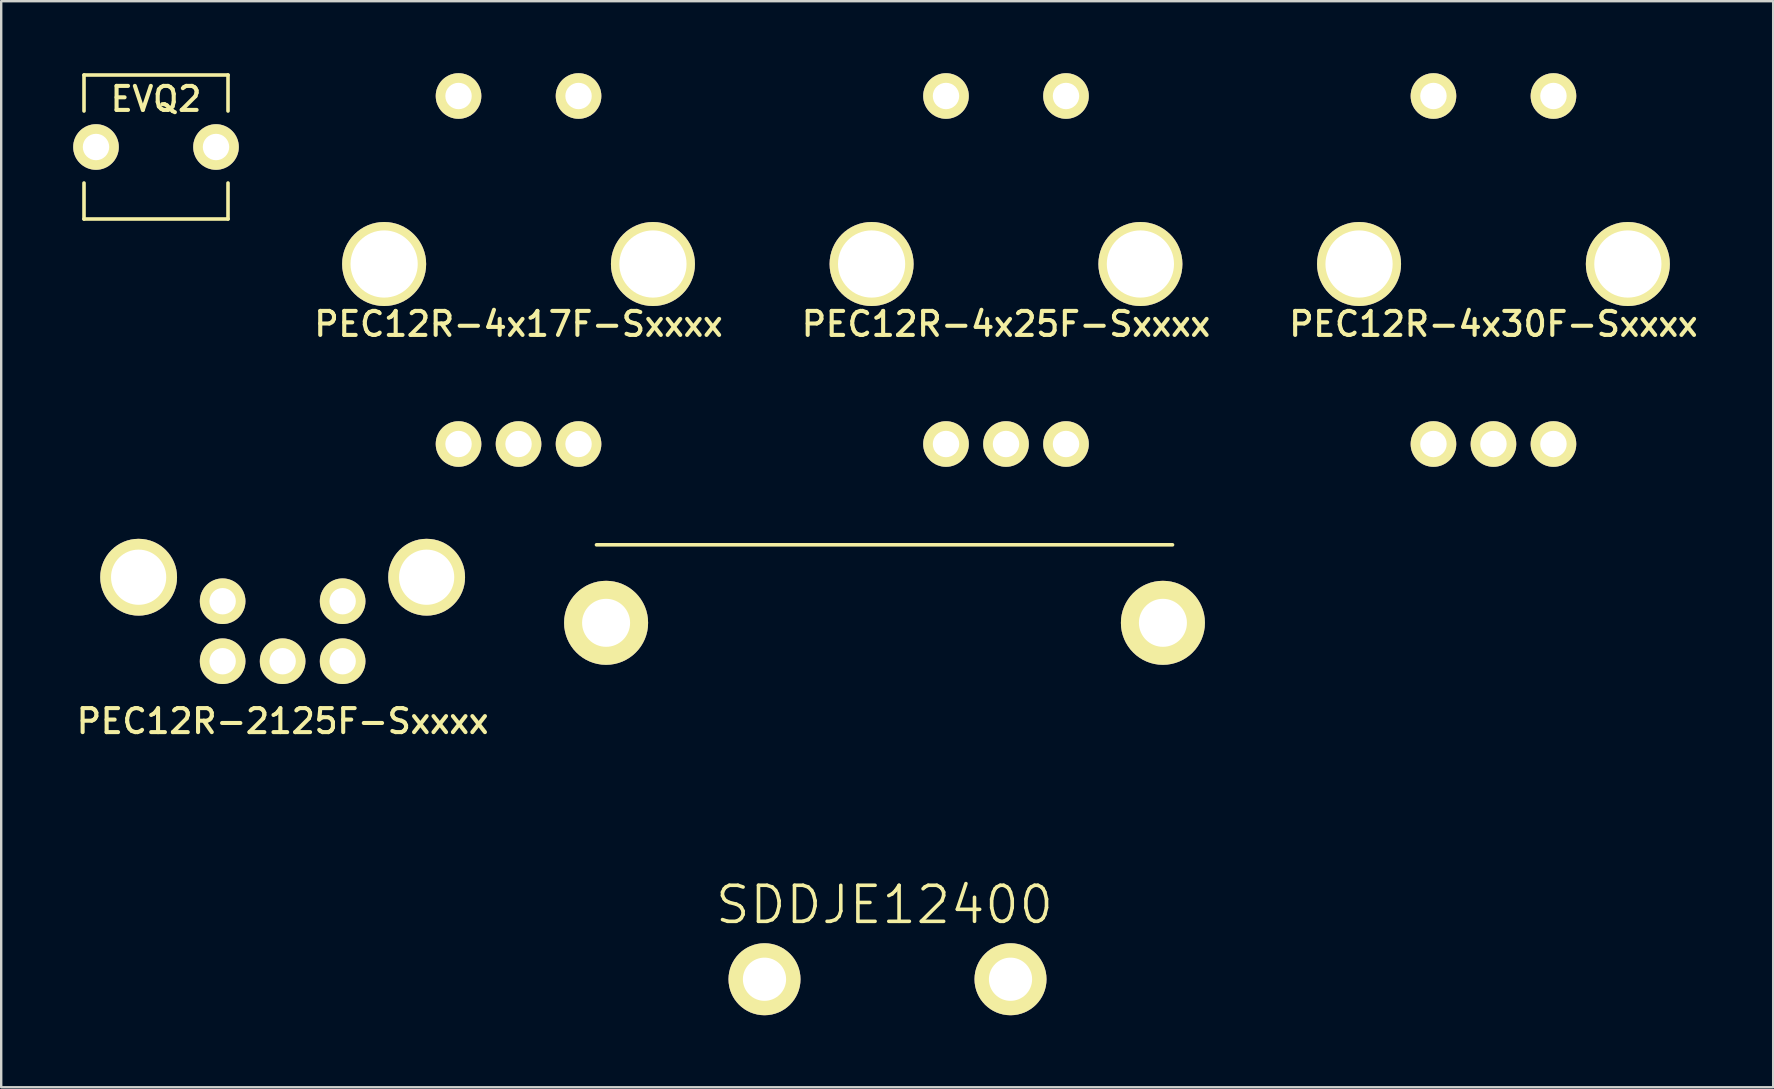
<source format=kicad_pcb>
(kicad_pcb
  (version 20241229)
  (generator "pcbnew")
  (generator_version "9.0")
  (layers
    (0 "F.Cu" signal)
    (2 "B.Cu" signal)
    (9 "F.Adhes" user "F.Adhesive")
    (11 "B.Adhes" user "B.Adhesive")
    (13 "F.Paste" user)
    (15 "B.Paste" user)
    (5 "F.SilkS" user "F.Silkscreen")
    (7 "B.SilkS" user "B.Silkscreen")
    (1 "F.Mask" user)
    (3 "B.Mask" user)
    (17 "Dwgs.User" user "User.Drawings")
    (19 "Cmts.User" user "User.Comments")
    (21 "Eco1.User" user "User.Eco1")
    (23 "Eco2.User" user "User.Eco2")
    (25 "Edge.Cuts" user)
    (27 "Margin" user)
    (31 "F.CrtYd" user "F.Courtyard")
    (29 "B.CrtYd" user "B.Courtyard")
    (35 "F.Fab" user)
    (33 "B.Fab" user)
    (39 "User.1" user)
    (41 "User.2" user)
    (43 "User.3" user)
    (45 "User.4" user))
  (footprint "EVQ2"
    (layer "F.Cu")
    (at 3.45 3.075)
    (property "Reference" "EVQ2" (at 0 -2 0) (layer "F.SilkS") (effects (font (size 1 1) (thickness 0.17))))
    (attr through_hole)
    (fp_line (start -3 -3) (end -3 -1.5) (stroke (width 0.15) (type solid)) (layer "F.SilkS"))
    (fp_line (start -3 3) (end -3 1.5) (stroke (width 0.15) (type solid)) (layer "F.SilkS"))
    (fp_line (start -3 3) (end 3 3) (stroke (width 0.15) (type solid)) (layer "F.SilkS"))
    (fp_line (start 3 -3) (end -3 -3) (stroke (width 0.15) (type solid)) (layer "F.SilkS"))
    (fp_line (start 3 -3) (end 3 -1.5) (stroke (width 0.15) (type solid)) (layer "F.SilkS"))
    (fp_line (start 3 3) (end 3 1.5) (stroke (width 0.15) (type solid)) (layer "F.SilkS"))
    (pad "1" thru_hole circle (at -2.5 0) (size 1.9 1.9) (drill 1.1) (layers "*.Cu" "*.Mask" "F.SilkS"))
    (pad "2" thru_hole circle (at 2.5 0) (size 1.9 1.9) (drill 1.1) (layers "*.Cu" "*.Mask" "F.SilkS")))
  (footprint "PEC12R-4x25F-Sxxxx"
    (layer "F.Cu")
    (at 38.865 7.95)
    (property "Reference" "PEC12R-4x25F-Sxxxx" (at 0 2.5 0) (layer "F.SilkS") (effects (font (size 1 1) (thickness 0.17))))
    (attr through_hole)
    (pad "" thru_hole circle (at -5.6 0) (size 3.5 3.5) (drill 2.8) (layers "*.Cu" "*.Mask" "F.SilkS"))
    (pad "" thru_hole circle (at 5.6 0) (size 3.5 3.5) (drill 2.8) (layers "*.Cu" "*.Mask" "F.SilkS"))
    (pad "1" thru_hole circle (at -2.5 -7) (size 1.9 1.9) (drill 1.1) (layers "*.Cu" "*.Mask" "F.SilkS"))
    (pad "2" thru_hole circle (at 2.5 -7) (size 1.9 1.9) (drill 1.1) (layers "*.Cu" "*.Mask" "F.SilkS"))
    (pad "3" thru_hole circle (at 2.5 7.5) (size 1.9 1.9) (drill 1.1) (layers "*.Cu" "*.Mask" "F.SilkS"))
    (pad "4" thru_hole circle (at 0 7.5) (size 1.9 1.9) (drill 1.1) (layers "*.Cu" "*.Mask" "F.SilkS"))
    (pad "5" thru_hole circle (at -2.5 7.5) (size 1.9 1.9) (drill 1.1) (layers "*.Cu" "*.Mask" "F.SilkS")))
  (footprint "PEC12R-2125F-Sxxxx"
    (layer "F.Cu")
    (at 8.726 24.5)
    (property "Reference" "PEC12R-2125F-Sxxxx" (at 0 2.5 0) (layer "F.SilkS") (effects (font (size 1 1) (thickness 0.17))))
    (attr through_hole)
    (pad "" thru_hole circle (at -6 -3.5) (size 3.2 3.2) (drill 2.3) (layers "*.Cu" "*.Mask" "F.SilkS"))
    (pad "" thru_hole circle (at 6 -3.5) (size 3.2 3.2) (drill 2.3) (layers "*.Cu" "*.Mask" "F.SilkS"))
    (pad "1" thru_hole circle (at -2.5 -2.5) (size 1.9 1.9) (drill 1.1) (layers "*.Cu" "*.Mask" "F.SilkS"))
    (pad "2" thru_hole circle (at 2.5 -2.5) (size 1.9 1.9) (drill 1.1) (layers "*.Cu" "*.Mask" "F.SilkS"))
    (pad "3" thru_hole circle (at 2.5 0) (size 1.9 1.9) (drill 1.1) (layers "*.Cu" "*.Mask" "F.SilkS"))
    (pad "4" thru_hole circle (at 0 0) (size 1.9 1.9) (drill 1.1) (layers "*.Cu" "*.Mask" "F.SilkS"))
    (pad "5" thru_hole circle (at -2.5 0) (size 1.9 1.9) (drill 1.1) (layers "*.Cu" "*.Mask" "F.SilkS")))
  (footprint "PEC12R-4x17F-Sxxxx"
    (layer "F.Cu")
    (at 18.555 7.95)
    (property "Reference" "PEC12R-4x17F-Sxxxx" (at 0 2.5 0) (layer "F.SilkS") (effects (font (size 1 1) (thickness 0.17))))
    (attr through_hole)
    (pad "" thru_hole circle (at -5.6 0) (size 3.5 3.5) (drill 2.8) (layers "*.Cu" "*.Mask" "F.SilkS"))
    (pad "" thru_hole circle (at 5.6 0) (size 3.5 3.5) (drill 2.8) (layers "*.Cu" "*.Mask" "F.SilkS"))
    (pad "1" thru_hole circle (at -2.5 -7) (size 1.9 1.9) (drill 1.1) (layers "*.Cu" "*.Mask" "F.SilkS"))
    (pad "2" thru_hole circle (at 2.5 -7) (size 1.9 1.9) (drill 1.1) (layers "*.Cu" "*.Mask" "F.SilkS"))
    (pad "3" thru_hole circle (at 2.5 7.5) (size 1.9 1.9) (drill 1.1) (layers "*.Cu" "*.Mask" "F.SilkS"))
    (pad "4" thru_hole circle (at 0 7.5) (size 1.9 1.9) (drill 1.1) (layers "*.Cu" "*.Mask" "F.SilkS"))
    (pad "5" thru_hole circle (at -2.5 7.5) (size 1.9 1.9) (drill 1.1) (layers "*.Cu" "*.Mask" "F.SilkS")))
  (footprint "SDDJE12400"
    (layer "F.Cu")
    (at 33.803 19.65)
    (property "Reference" "SDDJE12400" (at 0 15 0) (layer "F.SilkS") (effects (font (size 1.5 1.5) (thickness 0.15))))
    (attr through_hole)
    (fp_line (start -12 0) (end 12 0) (stroke (width 0.15) (type solid)) (layer "F.SilkS"))
    (pad "" thru_hole circle (at -11.6 3.25) (size 3.5 3.5) (drill 2) (layers "*.Cu" "*.Mask" "F.SilkS"))
    (pad "" thru_hole circle (at 11.6 3.25) (size 3.5 3.5) (drill 2) (layers "*.Cu" "*.Mask" "F.SilkS"))
    (pad "1" thru_hole circle (at 5.25 18.1) (size 3 3) (drill 1.8) (layers "*.Cu" "*.Mask" "F.SilkS"))
    (pad "2" thru_hole circle (at -5 18.1) (size 3 3) (drill 1.8) (layers "*.Cu" "*.Mask" "F.SilkS")))
  (footprint "PEC12R-4x30F-Sxxxx"
    (layer "F.Cu")
    (at 59.175 7.95)
    (property "Reference" "PEC12R-4x30F-Sxxxx" (at 0 2.5 0) (layer "F.SilkS") (effects (font (size 1 1) (thickness 0.17))))
    (attr through_hole)
    (pad "" thru_hole circle (at -5.6 0) (size 3.5 3.5) (drill 2.8) (layers "*.Cu" "*.Mask" "F.SilkS"))
    (pad "" thru_hole circle (at 5.6 0) (size 3.5 3.5) (drill 2.8) (layers "*.Cu" "*.Mask" "F.SilkS"))
    (pad "1" thru_hole circle (at -2.5 -7) (size 1.9 1.9) (drill 1.1) (layers "*.Cu" "*.Mask" "F.SilkS"))
    (pad "2" thru_hole circle (at 2.5 -7) (size 1.9 1.9) (drill 1.1) (layers "*.Cu" "*.Mask" "F.SilkS"))
    (pad "3" thru_hole circle (at 2.5 7.5) (size 1.9 1.9) (drill 1.1) (layers "*.Cu" "*.Mask" "F.SilkS"))
    (pad "4" thru_hole circle (at 0 7.5) (size 1.9 1.9) (drill 1.1) (layers "*.Cu" "*.Mask" "F.SilkS"))
    (pad "5" thru_hole circle (at -2.5 7.5) (size 1.9 1.9) (drill 1.1) (layers "*.Cu" "*.Mask" "F.SilkS")))
  (gr_rect
    (start -3 -3)
    (end 70.83 42.25)
    (stroke (width 0.1) (type default))
    (fill no)
    (layer "Edge.Cuts")))
</source>
